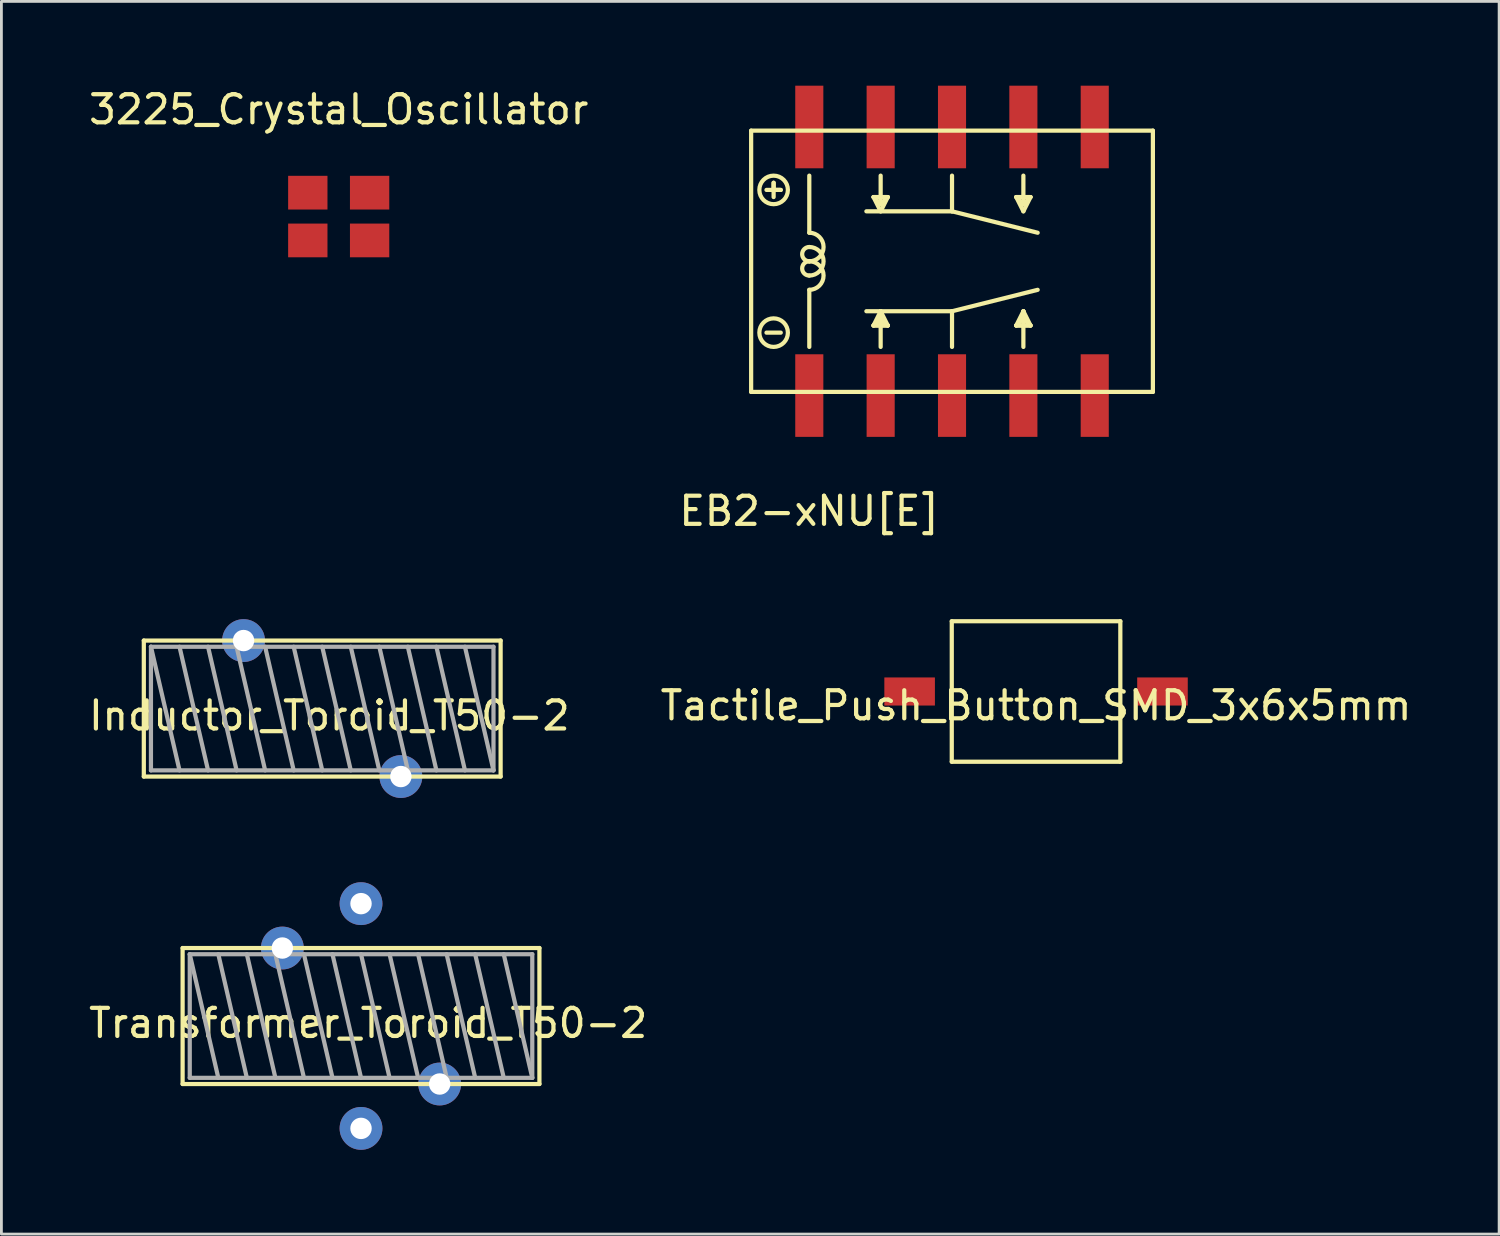
<source format=kicad_pcb>
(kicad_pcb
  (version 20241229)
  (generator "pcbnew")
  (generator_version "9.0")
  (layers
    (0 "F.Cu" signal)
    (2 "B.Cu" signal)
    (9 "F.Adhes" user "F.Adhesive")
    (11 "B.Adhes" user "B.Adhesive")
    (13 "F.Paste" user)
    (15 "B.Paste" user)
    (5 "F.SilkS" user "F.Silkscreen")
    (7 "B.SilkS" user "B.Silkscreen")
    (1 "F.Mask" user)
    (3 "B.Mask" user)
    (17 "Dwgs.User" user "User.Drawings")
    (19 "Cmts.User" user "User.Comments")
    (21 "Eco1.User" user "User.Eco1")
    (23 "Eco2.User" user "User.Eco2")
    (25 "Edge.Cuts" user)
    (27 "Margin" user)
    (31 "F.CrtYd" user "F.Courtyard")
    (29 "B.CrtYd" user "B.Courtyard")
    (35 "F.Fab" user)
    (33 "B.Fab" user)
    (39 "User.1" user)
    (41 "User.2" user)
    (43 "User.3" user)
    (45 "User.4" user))
  (footprint "3225_Crystal_Oscillator"
    (layer "F.Cu")
    (at 9.006 4.658)
    (property "Reference" "3225_Crystal_Oscillator" (at 0 -3.81 0) (layer "F.SilkS") (effects (font (size 1 1) (thickness 0.15))))
    (attr through_hole)
    (pad "1" smd rect (at -1.1 0.85) (size 1.4 1.2) (layers "F.Cu" "F.Mask" "F.Paste"))
    (pad "2" smd rect (at 1.1 0.85) (size 1.4 1.2) (layers "F.Cu" "F.Mask" "F.Paste"))
    (pad "3" smd rect (at 1.1 -0.85) (size 1.4 1.2) (layers "F.Cu" "F.Mask" "F.Paste"))
    (pad "4" smd rect (at -1.1 -0.85) (size 1.4 1.2) (layers "F.Cu" "F.Mask" "F.Paste")))
  (footprint "EB2-xNU[E]"
    (layer "F.Cu")
    (at 30.836 6.25)
    (property "Reference" "EB2-xNU[E]" (at -5.08 8.89 0) (layer "F.SilkS") (effects (font (size 1 1) (thickness 0.15))))
    (attr through_hole)
    (fp_line (start -7.15 -4.65) (end 7.15 -4.65) (stroke (width 0.15) (type solid)) (layer "F.SilkS"))
    (fp_line (start -7.15 4.65) (end -7.15 -4.65) (stroke (width 0.15) (type solid)) (layer "F.SilkS"))
    (fp_line (start -6.604 -2.54) (end -6.096 -2.54) (stroke (width 0.15) (type solid)) (layer "F.SilkS"))
    (fp_line (start -6.604 2.54) (end -6.096 2.54) (stroke (width 0.15) (type solid)) (layer "F.SilkS"))
    (fp_line (start -6.35 -2.794) (end -6.35 -2.286) (stroke (width 0.15) (type solid)) (layer "F.SilkS"))
    (fp_line (start -6.35 -2.54) (end -6.35 -2.794) (stroke (width 0.15) (type solid)) (layer "F.SilkS"))
    (fp_line (start -6.096 -2.54) (end -6.35 -2.54) (stroke (width 0.15) (type solid)) (layer "F.SilkS"))
    (fp_line (start -5.08 -1.016) (end -5.08 -3.048) (stroke (width 0.15) (type solid)) (layer "F.SilkS"))
    (fp_line (start -5.08 1.016) (end -5.08 3.048) (stroke (width 0.15) (type solid)) (layer "F.SilkS"))
    (fp_line (start -3.048 -1.778) (end 0 -1.778) (stroke (width 0.15) (type solid)) (layer "F.SilkS"))
    (fp_line (start -3.048 1.778) (end 0 1.778) (stroke (width 0.15) (type solid)) (layer "F.SilkS"))
    (fp_line (start -2.794 -2.286) (end -2.54 -1.778) (stroke (width 0.15) (type solid)) (layer "F.SilkS"))
    (fp_line (start -2.794 -2.286) (end -2.286 -2.286) (stroke (width 0.15) (type solid)) (layer "F.SilkS"))
    (fp_line (start -2.794 2.286) (end -2.286 2.286) (stroke (width 0.15) (type solid)) (layer "F.SilkS"))
    (fp_line (start -2.794 2.286) (end -2.286 2.286) (stroke (width 0.15) (type solid)) (layer "F.SilkS"))
    (fp_line (start -2.54 -3.048) (end -2.54 -2.032) (stroke (width 0.15) (type solid)) (layer "F.SilkS"))
    (fp_line (start -2.54 -2.032) (end -2.794 -2.286) (stroke (width 0.15) (type solid)) (layer "F.SilkS"))
    (fp_line (start -2.54 -1.778) (end -2.286 -2.286) (stroke (width 0.15) (type solid)) (layer "F.SilkS"))
    (fp_line (start -2.54 1.778) (end -2.794 2.286) (stroke (width 0.15) (type solid)) (layer "F.SilkS"))
    (fp_line (start -2.54 1.778) (end -2.54 2.286) (stroke (width 0.15) (type solid)) (layer "F.SilkS"))
    (fp_line (start -2.54 2.032) (end -2.794 2.286) (stroke (width 0.15) (type solid)) (layer "F.SilkS"))
    (fp_line (start -2.54 2.286) (end -2.54 2.032) (stroke (width 0.15) (type solid)) (layer "F.SilkS"))
    (fp_line (start -2.54 3.048) (end -2.54 1.778) (stroke (width 0.15) (type solid)) (layer "F.SilkS"))
    (fp_line (start -2.286 -2.286) (end -2.54 -2.032) (stroke (width 0.15) (type solid)) (layer "F.SilkS"))
    (fp_line (start -2.286 2.286) (end -2.54 1.778) (stroke (width 0.15) (type solid)) (layer "F.SilkS"))
    (fp_line (start -2.286 2.286) (end -2.54 2.032) (stroke (width 0.15) (type solid)) (layer "F.SilkS"))
    (fp_line (start 0 -3.048) (end 0 -1.778) (stroke (width 0.15) (type solid)) (layer "F.SilkS"))
    (fp_line (start 0 -1.778) (end 3.048 -1.016) (stroke (width 0.15) (type solid)) (layer "F.SilkS"))
    (fp_line (start 0 1.778) (end 0 3.048) (stroke (width 0.15) (type solid)) (layer "F.SilkS"))
    (fp_line (start 0 1.778) (end 3.048 1.016) (stroke (width 0.15) (type solid)) (layer "F.SilkS"))
    (fp_line (start 2.286 -2.286) (end 2.54 -1.778) (stroke (width 0.15) (type solid)) (layer "F.SilkS"))
    (fp_line (start 2.286 -2.286) (end 2.794 -2.286) (stroke (width 0.15) (type solid)) (layer "F.SilkS"))
    (fp_line (start 2.286 2.286) (end 2.794 2.286) (stroke (width 0.15) (type solid)) (layer "F.SilkS"))
    (fp_line (start 2.286 2.286) (end 2.794 2.286) (stroke (width 0.15) (type solid)) (layer "F.SilkS"))
    (fp_line (start 2.54 -3.048) (end 2.54 -2.032) (stroke (width 0.15) (type solid)) (layer "F.SilkS"))
    (fp_line (start 2.54 -2.032) (end 2.286 -2.286) (stroke (width 0.15) (type solid)) (layer "F.SilkS"))
    (fp_line (start 2.54 -1.778) (end 2.794 -2.286) (stroke (width 0.15) (type solid)) (layer "F.SilkS"))
    (fp_line (start 2.54 1.778) (end 2.286 2.286) (stroke (width 0.15) (type solid)) (layer "F.SilkS"))
    (fp_line (start 2.54 1.778) (end 2.54 2.032) (stroke (width 0.15) (type solid)) (layer "F.SilkS"))
    (fp_line (start 2.54 2.032) (end 2.286 2.286) (stroke (width 0.15) (type solid)) (layer "F.SilkS"))
    (fp_line (start 2.54 3.048) (end 2.54 1.778) (stroke (width 0.15) (type solid)) (layer "F.SilkS"))
    (fp_line (start 2.794 -2.286) (end 2.54 -2.032) (stroke (width 0.15) (type solid)) (layer "F.SilkS"))
    (fp_line (start 2.794 2.286) (end 2.54 1.778) (stroke (width 0.15) (type solid)) (layer "F.SilkS"))
    (fp_line (start 2.794 2.286) (end 2.54 2.032) (stroke (width 0.15) (type solid)) (layer "F.SilkS"))
    (fp_line (start 7.15 -4.65) (end 7.15 4.65) (stroke (width 0.15) (type solid)) (layer "F.SilkS"))
    (fp_line (start 7.15 4.65) (end -7.15 4.65) (stroke (width 0.15) (type solid)) (layer "F.SilkS"))
    (fp_arc (start -5.08 -1.016) (mid -4.572 -0.508) (end -5.08 0) (stroke (width 0.15) (type solid)) (layer "F.SilkS"))
    (fp_arc (start -5.08 -0.508) (mid -4.572 0) (end -5.08 0.508) (stroke (width 0.15) (type solid)) (layer "F.SilkS"))
    (fp_arc (start -5.08 0) (mid -5.334 -0.254) (end -5.08 -0.508) (stroke (width 0.15) (type solid)) (layer "F.SilkS"))
    (fp_arc (start -5.08 0) (mid -4.572 0.508) (end -5.08 1.016) (stroke (width 0.15) (type solid)) (layer "F.SilkS"))
    (fp_arc (start -5.08 0.508) (mid -5.334 0.254) (end -5.08 0) (stroke (width 0.15) (type solid)) (layer "F.SilkS"))
    (fp_circle (center -6.35 -2.54) (end -5.842 -2.54) (stroke (width 0.15) (type solid)) (fill no) (layer "F.SilkS"))
    (fp_circle (center -6.35 2.54) (end -5.842 2.54) (stroke (width 0.15) (type solid)) (fill no) (layer "F.SilkS"))
    (pad "1" smd rect (at -5.08 -4.78) (size 1 2.94) (layers "F.Cu" "F.Mask" "F.Paste"))
    (pad "2" smd rect (at -2.54 -4.78) (size 1 2.94) (layers "F.Cu" "F.Mask" "F.Paste"))
    (pad "3" smd rect (at 0 -4.78) (size 1 2.94) (layers "F.Cu" "F.Mask" "F.Paste"))
    (pad "4" smd rect (at 2.54 -4.78) (size 1 2.94) (layers "F.Cu" "F.Mask" "F.Paste"))
    (pad "5" smd rect (at 5.08 -4.78) (size 1 2.94) (layers "F.Cu" "F.Mask" "F.Paste"))
    (pad "6" smd rect (at 5.08 4.78) (size 1 2.94) (layers "F.Cu" "F.Mask" "F.Paste"))
    (pad "7" smd rect (at 2.54 4.78) (size 1 2.94) (layers "F.Cu" "F.Mask" "F.Paste"))
    (pad "8" smd rect (at 0 4.78) (size 1 2.94) (layers "F.Cu" "F.Mask" "F.Paste"))
    (pad "9" smd rect (at -2.54 4.78) (size 1 2.94) (layers "F.Cu" "F.Mask" "F.Paste"))
    (pad "10" smd rect (at -5.08 4.78) (size 1 2.94) (layers "F.Cu" "F.Mask" "F.Paste")))
  (footprint "Transformer_Toroid_T50-2"
    (layer "F.Cu")
    (at 9.8 33.114)
    (property "Reference" "Transformer_Toroid_T50-2" (at 0.254 0.254 0) (layer "F.SilkS") (effects (font (size 1 1) (thickness 0.15))))
    (attr through_hole)
    (fp_line (start -6.35 -2.42) (end 6.35 -2.42) (stroke (width 0.15) (type solid)) (layer "F.SilkS"))
    (fp_line (start -6.35 2.42) (end -6.35 -2.42) (stroke (width 0.15) (type solid)) (layer "F.SilkS"))
    (fp_line (start 6.35 -2.42) (end 6.35 2.42) (stroke (width 0.15) (type solid)) (layer "F.SilkS"))
    (fp_line (start 6.35 2.42) (end -6.35 2.42) (stroke (width 0.15) (type solid)) (layer "F.SilkS"))
    (fp_line (start -6.096 -2.2) (end -6.096 2.2) (stroke (width 0.15) (type solid)) (layer "F.Fab"))
    (fp_line (start -6.096 -2.2) (end -5.08 2.2) (stroke (width 0.15) (type solid)) (layer "F.Fab"))
    (fp_line (start -6.096 -2.2) (end 6.096 -2.2) (stroke (width 0.15) (type solid)) (layer "F.Fab"))
    (fp_line (start -5.08 -2.2) (end -4.064 2.2) (stroke (width 0.15) (type solid)) (layer "F.Fab"))
    (fp_line (start -4.064 -2.2) (end -3.048 2.2) (stroke (width 0.15) (type solid)) (layer "F.Fab"))
    (fp_line (start -3.048 -2.2) (end -2.032 2.2) (stroke (width 0.15) (type solid)) (layer "F.Fab"))
    (fp_line (start -2.032 -2.2) (end -1.016 2.2) (stroke (width 0.15) (type solid)) (layer "F.Fab"))
    (fp_line (start -1.016 -2.2) (end 0 2.2) (stroke (width 0.15) (type solid)) (layer "F.Fab"))
    (fp_line (start 0 -2.2) (end 1.016 2.2) (stroke (width 0.15) (type solid)) (layer "F.Fab"))
    (fp_line (start 1.016 -2.2) (end 2.032 2.2) (stroke (width 0.15) (type solid)) (layer "F.Fab"))
    (fp_line (start 2.032 -2.2) (end 3.048 2.2) (stroke (width 0.15) (type solid)) (layer "F.Fab"))
    (fp_line (start 3.048 -2.2) (end 4.064 2.2) (stroke (width 0.15) (type solid)) (layer "F.Fab"))
    (fp_line (start 4.064 -2.2) (end 5.08 2.2) (stroke (width 0.15) (type solid)) (layer "F.Fab"))
    (fp_line (start 5.08 -2.2) (end 6.096 2.2) (stroke (width 0.15) (type solid)) (layer "F.Fab"))
    (fp_line (start 6.096 -2.2) (end 6.096 2.2) (stroke (width 0.15) (type solid)) (layer "F.Fab"))
    (fp_line (start 6.096 2.2) (end -6.096 2.2) (stroke (width 0.15) (type solid)) (layer "F.Fab"))
    (pad "1" thru_hole circle (at -2.8 -2.42) (size 1.524 1.524) (drill 0.762) (layers "*.Cu" "*.Mask"))
    (pad "2" thru_hole circle (at 2.8 2.42) (size 1.524 1.524) (drill 0.762) (layers "*.Cu" "*.Mask"))
    (pad "3" thru_hole circle (at 0 -4) (size 1.524 1.524) (drill 0.762) (layers "*.Cu" "*.Mask"))
    (pad "4" thru_hole circle (at 0 4) (size 1.524 1.524) (drill 0.762) (layers "*.Cu" "*.Mask")))
  (footprint "Inductor_Toroid_T50-2"
    (layer "F.Cu")
    (at 8.419 22.17)
    (property "Reference" "Inductor_Toroid_T50-2" (at 0.254 0.254 0) (layer "F.SilkS") (effects (font (size 1 1) (thickness 0.15))))
    (attr through_hole)
    (fp_line (start -6.35 -2.42) (end 6.35 -2.42) (stroke (width 0.15) (type solid)) (layer "F.SilkS"))
    (fp_line (start -6.35 2.42) (end -6.35 -2.42) (stroke (width 0.15) (type solid)) (layer "F.SilkS"))
    (fp_line (start 6.35 -2.42) (end 6.35 2.42) (stroke (width 0.15) (type solid)) (layer "F.SilkS"))
    (fp_line (start 6.35 2.42) (end -6.35 2.42) (stroke (width 0.15) (type solid)) (layer "F.SilkS"))
    (fp_line (start -6.096 -2.2) (end -6.096 2.2) (stroke (width 0.15) (type solid)) (layer "F.Fab"))
    (fp_line (start -6.096 -2.2) (end -5.08 2.2) (stroke (width 0.15) (type solid)) (layer "F.Fab"))
    (fp_line (start -6.096 -2.2) (end 6.096 -2.2) (stroke (width 0.15) (type solid)) (layer "F.Fab"))
    (fp_line (start -5.08 -2.2) (end -4.064 2.2) (stroke (width 0.15) (type solid)) (layer "F.Fab"))
    (fp_line (start -4.064 -2.2) (end -3.048 2.2) (stroke (width 0.15) (type solid)) (layer "F.Fab"))
    (fp_line (start -3.048 -2.2) (end -2.032 2.2) (stroke (width 0.15) (type solid)) (layer "F.Fab"))
    (fp_line (start -2.032 -2.2) (end -1.016 2.2) (stroke (width 0.15) (type solid)) (layer "F.Fab"))
    (fp_line (start -1.016 -2.2) (end 0 2.2) (stroke (width 0.15) (type solid)) (layer "F.Fab"))
    (fp_line (start 0 -2.2) (end 1.016 2.2) (stroke (width 0.15) (type solid)) (layer "F.Fab"))
    (fp_line (start 1.016 -2.2) (end 2.032 2.2) (stroke (width 0.15) (type solid)) (layer "F.Fab"))
    (fp_line (start 2.032 -2.2) (end 3.048 2.2) (stroke (width 0.15) (type solid)) (layer "F.Fab"))
    (fp_line (start 3.048 -2.2) (end 4.064 2.2) (stroke (width 0.15) (type solid)) (layer "F.Fab"))
    (fp_line (start 4.064 -2.2) (end 5.08 2.2) (stroke (width 0.15) (type solid)) (layer "F.Fab"))
    (fp_line (start 5.08 -2.2) (end 6.096 2.2) (stroke (width 0.15) (type solid)) (layer "F.Fab"))
    (fp_line (start 6.096 -2.2) (end 6.096 2.2) (stroke (width 0.15) (type solid)) (layer "F.Fab"))
    (fp_line (start 6.096 2.2) (end -6.096 2.2) (stroke (width 0.15) (type solid)) (layer "F.Fab"))
    (pad "1" thru_hole circle (at -2.8 -2.42) (size 1.524 1.524) (drill 0.762) (layers "*.Cu" "*.Mask"))
    (pad "2" thru_hole circle (at 2.8 2.42) (size 1.524 1.524) (drill 0.762) (layers "*.Cu" "*.Mask")))
  (footprint "Tactile_Push_Button_SMD_3x6x5mm"
    (layer "F.Cu")
    (at 33.827 21.563)
    (property "Reference" "Tactile_Push_Button_SMD_3x6x5mm" (at 0 0.5 0) (layer "F.SilkS") (effects (font (size 1 1) (thickness 0.15))))
    (attr through_hole)
    (fp_line (start -3 2.5) (end -3 -2.5) (stroke (width 0.15) (type solid)) (layer "F.SilkS"))
    (fp_line (start -3 2.5) (end 3 2.5) (stroke (width 0.15) (type solid)) (layer "F.SilkS"))
    (fp_line (start 3 -2.5) (end -3 -2.5) (stroke (width 0.15) (type solid)) (layer "F.SilkS"))
    (fp_line (start 3 -2.5) (end 3 2.5) (stroke (width 0.15) (type solid)) (layer "F.SilkS"))
    (pad "1" smd rect (at -4.5 0) (size 1.8 1) (layers "F.Cu" "F.Mask" "F.Paste"))
    (pad "2" smd rect (at 4.5 0) (size 1.8 1) (layers "F.Cu" "F.Mask" "F.Paste")))
  (gr_rect
    (start -3 -3)
    (end 50.31 40.876)
    (stroke (width 0.1) (type default))
    (fill no)
    (layer "Edge.Cuts")))
</source>
